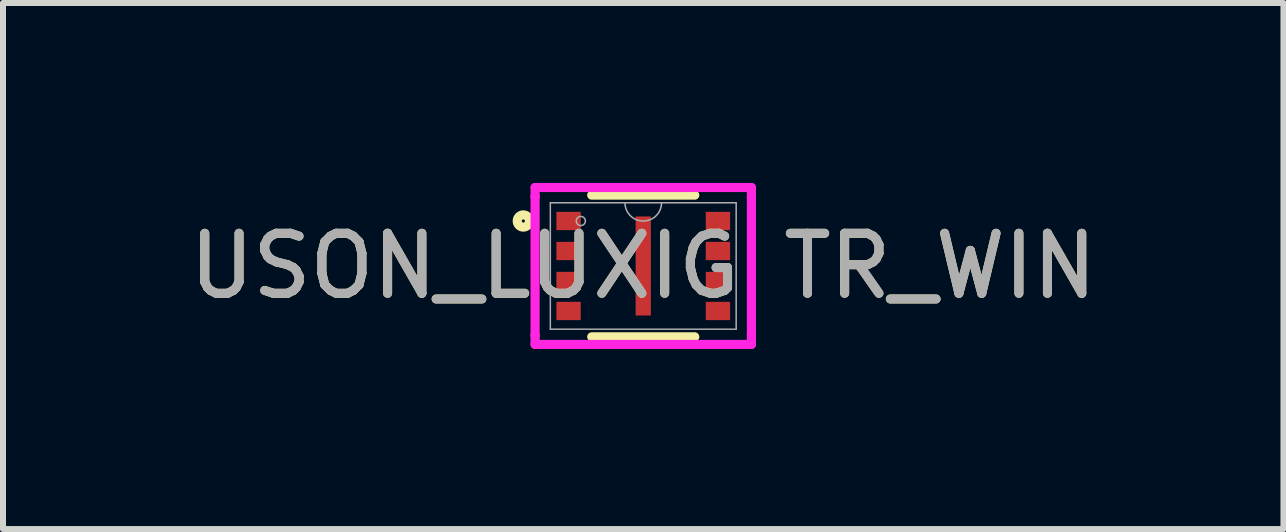
<source format=kicad_pcb>
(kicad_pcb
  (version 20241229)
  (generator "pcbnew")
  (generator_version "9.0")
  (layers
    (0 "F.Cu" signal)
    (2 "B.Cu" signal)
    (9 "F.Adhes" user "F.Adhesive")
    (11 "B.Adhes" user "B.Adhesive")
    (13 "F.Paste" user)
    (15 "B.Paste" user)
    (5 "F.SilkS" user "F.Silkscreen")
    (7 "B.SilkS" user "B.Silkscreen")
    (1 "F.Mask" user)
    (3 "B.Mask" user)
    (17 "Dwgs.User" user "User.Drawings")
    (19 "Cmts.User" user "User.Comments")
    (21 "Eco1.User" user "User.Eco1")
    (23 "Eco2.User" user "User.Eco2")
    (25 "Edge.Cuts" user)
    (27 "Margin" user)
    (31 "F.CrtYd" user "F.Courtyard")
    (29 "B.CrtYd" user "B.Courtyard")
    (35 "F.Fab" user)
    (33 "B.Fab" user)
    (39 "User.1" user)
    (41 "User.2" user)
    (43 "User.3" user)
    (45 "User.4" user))
  (footprint "USON_LUXIG TR_WIN"
    (layer "F.Cu")
    (at 7.673 1.384)
    (property "Reference" "USON_LUXIG TR_WIN" (at 0 0 0) (unlocked yes) (layer "F.SilkS") (effects (font (size 1 1) (thickness 0.15))))
    (attr smd)
    (fp_line (start -0.859 1.181) (end 0.859 1.181) (stroke (width 0.152) (type solid)) (layer "F.SilkS"))
    (fp_line (start 0.859 -1.181) (end -0.859 -1.181) (stroke (width 0.152) (type solid)) (layer "F.SilkS"))
    (fp_circle (center -1.999 -0.75) (end -1.897 -0.75) (stroke (width 0.152) (type solid)) (fill no) (layer "F.SilkS"))
    (fp_line (start -1.803 -1.308) (end 1.803 -1.308) (stroke (width 0.152) (type solid)) (layer "F.CrtYd"))
    (fp_line (start -1.803 -1.157) (end -1.803 -1.308) (stroke (width 0.152) (type solid)) (layer "F.CrtYd"))
    (fp_line (start -1.803 -1.157) (end -1.803 -1.157) (stroke (width 0.152) (type solid)) (layer "F.CrtYd"))
    (fp_line (start -1.803 1.157) (end -1.803 -1.157) (stroke (width 0.152) (type solid)) (layer "F.CrtYd"))
    (fp_line (start -1.803 1.157) (end -1.803 1.157) (stroke (width 0.152) (type solid)) (layer "F.CrtYd"))
    (fp_line (start -1.803 1.308) (end -1.803 1.157) (stroke (width 0.152) (type solid)) (layer "F.CrtYd"))
    (fp_line (start 1.803 -1.308) (end 1.803 -1.157) (stroke (width 0.152) (type solid)) (layer "F.CrtYd"))
    (fp_line (start 1.803 -1.157) (end 1.803 -1.157) (stroke (width 0.152) (type solid)) (layer "F.CrtYd"))
    (fp_line (start 1.803 -1.157) (end 1.803 1.157) (stroke (width 0.152) (type solid)) (layer "F.CrtYd"))
    (fp_line (start 1.803 1.157) (end 1.803 1.157) (stroke (width 0.152) (type solid)) (layer "F.CrtYd"))
    (fp_line (start 1.803 1.157) (end 1.803 1.308) (stroke (width 0.152) (type solid)) (layer "F.CrtYd"))
    (fp_line (start 1.803 1.308) (end -1.803 1.308) (stroke (width 0.152) (type solid)) (layer "F.CrtYd"))
    (fp_line (start -1.549 -1.054) (end -1.549 1.054) (stroke (width 0.025) (type solid)) (layer "F.Fab"))
    (fp_line (start -1.549 1.054) (end 1.549 1.054) (stroke (width 0.025) (type solid)) (layer "F.Fab"))
    (fp_line (start 1.549 -1.054) (end -1.549 -1.054) (stroke (width 0.025) (type solid)) (layer "F.Fab"))
    (fp_line (start 1.549 1.054) (end 1.549 -1.054) (stroke (width 0.025) (type solid)) (layer "F.Fab"))
    (fp_arc (start 0.3048 -1.0541) (mid 0 -0.7493) (end -0.3048 -1.0541) (stroke (width 0.0254) (type solid)) (layer "F.Fab"))
    (fp_circle (center -1.041 -0.75) (end -0.965 -0.75) (stroke (width 0.025) (type solid)) (fill no) (layer "F.Fab"))
    (fp_text user "${REFERENCE}" (at 0 0 0) (unlocked yes) (layer "F.Fab") (effects (font (size 1 1) (thickness 0.15))))
    (pad "1" smd rect (at -1.245 -0.75) (size 0.406 0.305) (layers "F.Cu" "F.Mask" "F.Paste"))
    (pad "2" smd rect (at -1.245 -0.25) (size 0.406 0.305) (layers "F.Cu" "F.Mask" "F.Paste"))
    (pad "3" smd rect (at -1.245 0.25) (size 0.406 0.305) (layers "F.Cu" "F.Mask" "F.Paste"))
    (pad "4" smd rect (at -1.245 0.75) (size 0.406 0.305) (layers "F.Cu" "F.Mask" "F.Paste"))
    (pad "5" smd rect (at 1.245 0.75) (size 0.406 0.305) (layers "F.Cu" "F.Mask" "F.Paste"))
    (pad "6" smd rect (at 1.245 0.25) (size 0.406 0.305) (layers "F.Cu" "F.Mask" "F.Paste"))
    (pad "7" smd rect (at 1.245 -0.25) (size 0.406 0.305) (layers "F.Cu" "F.Mask" "F.Paste"))
    (pad "8" smd rect (at 1.245 -0.75) (size 0.406 0.305) (layers "F.Cu" "F.Mask" "F.Paste"))
    (pad "9" smd rect (at 0 0) (size 0.254 1.651) (layers "F.Cu" "F.Mask" "F.Paste")))
  (gr_rect
    (start -3 -3)
    (end 18.345 5.769)
    (stroke (width 0.1) (type default))
    (fill no)
    (layer "Edge.Cuts")))
</source>
